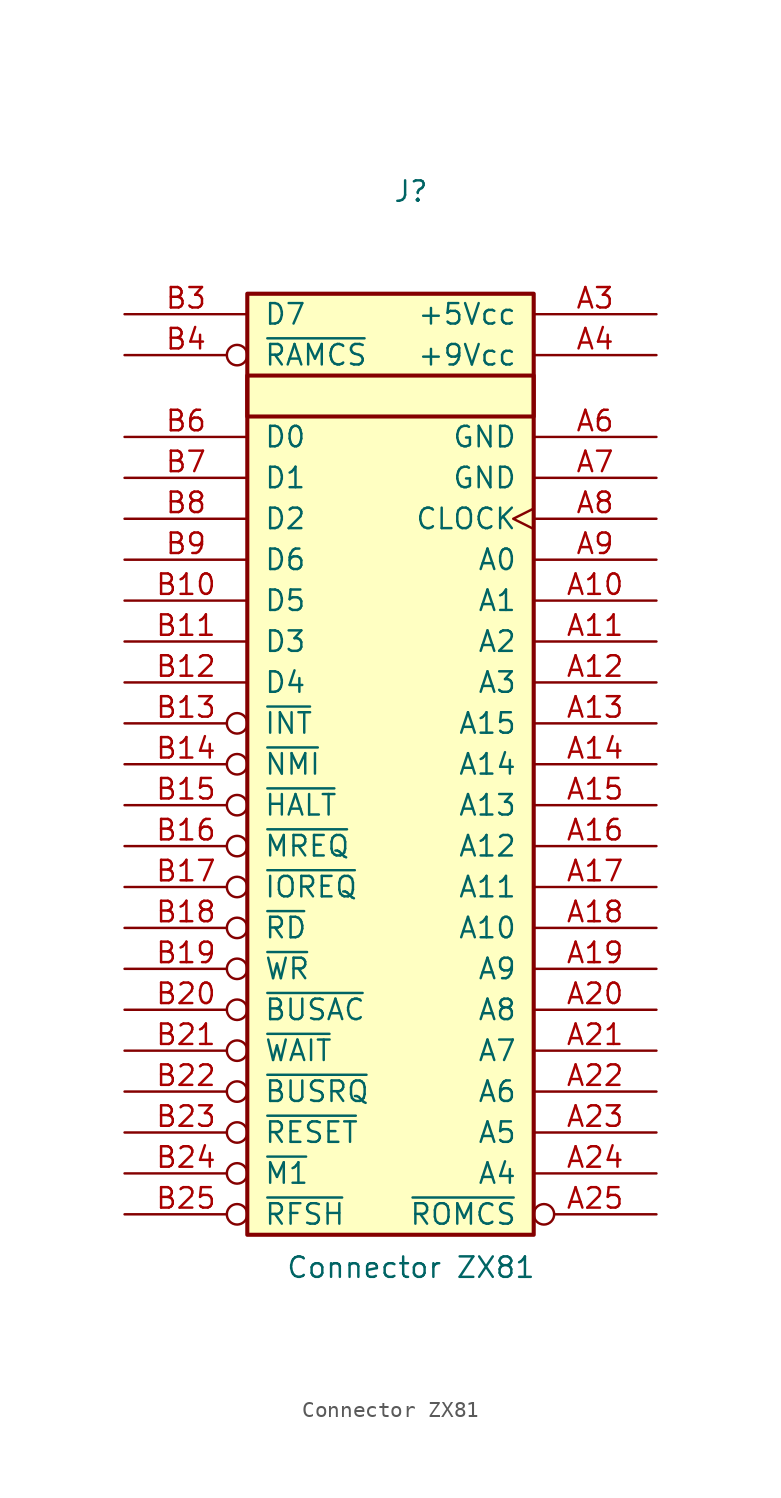
<source format=kicad_sym>
(kicad_symbol_lib
  (version 20231120)
  (generator "kicad_symbol_editor")
  (generator_version "8.0")
  (symbol "Connector ZX81"
    (pin_names
      (offset 1.016))
    (property "Reference" "J"
      (at 1.27 36.83 0)
      (effects (font (size 1.27 1.27))))
    (property "Value" "Connector ZX81"
      (at 1.27 -29.972 0)
      (effects (font (size 1.27 1.27))))
    (symbol "Connector ZX81_1_1"
      (rectangle (start -8.89 25.4) (end 8.89 22.86) (stroke (width 0.254) (type default)) (fill (type none)))
      (rectangle (start -8.89 30.48) (end 8.89 -27.94) (stroke (width 0.254) (type default)) (fill (type background)))
      (pin bidirectional line (at 16.51 11.43 180) (length 7.62) (name "A1" (effects (font (size 1.27 1.27)))) (number "A10" (effects (font (size 1.27 1.27)))))
      (pin bidirectional line (at 16.51 8.89 180) (length 7.62) (name "A2" (effects (font (size 1.27 1.27)))) (number "A11" (effects (font (size 1.27 1.27)))))
      (pin bidirectional line (at 16.51 6.35 180) (length 7.62) (name "A3" (effects (font (size 1.27 1.27)))) (number "A12" (effects (font (size 1.27 1.27)))))
      (pin bidirectional line (at 16.51 3.81 180) (length 7.62) (name "A15" (effects (font (size 1.27 1.27)))) (number "A13" (effects (font (size 1.27 1.27)))))
      (pin bidirectional line (at 16.51 1.27 180) (length 7.62) (name "A14" (effects (font (size 1.27 1.27)))) (number "A14" (effects (font (size 1.27 1.27)))))
      (pin bidirectional line (at 16.51 -1.27 180) (length 7.62) (name "A13" (effects (font (size 1.27 1.27)))) (number "A15" (effects (font (size 1.27 1.27)))))
      (pin bidirectional line (at 16.51 -3.81 180) (length 7.62) (name "A12" (effects (font (size 1.27 1.27)))) (number "A16" (effects (font (size 1.27 1.27)))))
      (pin bidirectional line (at 16.51 -6.35 180) (length 7.62) (name "A11" (effects (font (size 1.27 1.27)))) (number "A17" (effects (font (size 1.27 1.27)))))
      (pin bidirectional line (at 16.51 -8.89 180) (length 7.62) (name "A10" (effects (font (size 1.27 1.27)))) (number "A18" (effects (font (size 1.27 1.27)))))
      (pin bidirectional line (at 16.51 -11.43 180) (length 7.62) (name "A9" (effects (font (size 1.27 1.27)))) (number "A19" (effects (font (size 1.27 1.27)))))
      (pin bidirectional line (at 16.51 -13.97 180) (length 7.62) (name "A8" (effects (font (size 1.27 1.27)))) (number "A20" (effects (font (size 1.27 1.27)))))
      (pin bidirectional line (at 16.51 -16.51 180) (length 7.62) (name "A7" (effects (font (size 1.27 1.27)))) (number "A21" (effects (font (size 1.27 1.27)))))
      (pin bidirectional line (at 16.51 -19.05 180) (length 7.62) (name "A6" (effects (font (size 1.27 1.27)))) (number "A22" (effects (font (size 1.27 1.27)))))
      (pin bidirectional line (at 16.51 -21.59 180) (length 7.62) (name "A5" (effects (font (size 1.27 1.27)))) (number "A23" (effects (font (size 1.27 1.27)))))
      (pin bidirectional line (at 16.51 -24.13 180) (length 7.62) (name "A4" (effects (font (size 1.27 1.27)))) (number "A24" (effects (font (size 1.27 1.27)))))
      (pin bidirectional inverted (at 16.51 -26.67 180) (length 7.62) (name "~{ROMCS}" (effects (font (size 1.27 1.27)))) (number "A25" (effects (font (size 1.27 1.27)))))
      (pin bidirectional line (at 16.51 29.21 180) (length 7.62) (name "+5Vcc" (effects (font (size 1.27 1.27)))) (number "A3" (effects (font (size 1.27 1.27)))))
      (pin bidirectional line (at 16.51 26.67 180) (length 7.62) (name "+9Vcc" (effects (font (size 1.27 1.27)))) (number "A4" (effects (font (size 1.27 1.27)))))
      (pin bidirectional line (at 16.51 21.59 180) (length 7.62) (name "GND" (effects (font (size 1.27 1.27)))) (number "A6" (effects (font (size 1.27 1.27)))))
      (pin bidirectional line (at 16.51 19.05 180) (length 7.62) (name "GND" (effects (font (size 1.27 1.27)))) (number "A7" (effects (font (size 1.27 1.27)))))
      (pin bidirectional clock (at 16.51 16.51 180) (length 7.62) (name "CLOCK" (effects (font (size 1.27 1.27)))) (number "A8" (effects (font (size 1.27 1.27)))))
      (pin bidirectional line (at 16.51 13.97 180) (length 7.62) (name "A0" (effects (font (size 1.27 1.27)))) (number "A9" (effects (font (size 1.27 1.27)))))
      (pin bidirectional line (at -16.51 11.43 0) (length 7.62) (name "D5" (effects (font (size 1.27 1.27)))) (number "B10" (effects (font (size 1.27 1.27)))))
      (pin bidirectional line (at -16.51 8.89 0) (length 7.62) (name "D3" (effects (font (size 1.27 1.27)))) (number "B11" (effects (font (size 1.27 1.27)))))
      (pin bidirectional line (at -16.51 6.35 0) (length 7.62) (name "D4" (effects (font (size 1.27 1.27)))) (number "B12" (effects (font (size 1.27 1.27)))))
      (pin bidirectional inverted (at -16.51 3.81 0) (length 7.62) (name "~{INT}" (effects (font (size 1.27 1.27)))) (number "B13" (effects (font (size 1.27 1.27)))))
      (pin bidirectional inverted (at -16.51 1.27 0) (length 7.62) (name "~{NMI}" (effects (font (size 1.27 1.27)))) (number "B14" (effects (font (size 1.27 1.27)))))
      (pin bidirectional inverted (at -16.51 -1.27 0) (length 7.62) (name "~{HALT}" (effects (font (size 1.27 1.27)))) (number "B15" (effects (font (size 1.27 1.27)))))
      (pin bidirectional inverted (at -16.51 -3.81 0) (length 7.62) (name "~{MREQ}" (effects (font (size 1.27 1.27)))) (number "B16" (effects (font (size 1.27 1.27)))))
      (pin bidirectional inverted (at -16.51 -6.35 0) (length 7.62) (name "~{IOREQ}" (effects (font (size 1.27 1.27)))) (number "B17" (effects (font (size 1.27 1.27)))))
      (pin bidirectional inverted (at -16.51 -8.89 0) (length 7.62) (name "~{RD}" (effects (font (size 1.27 1.27)))) (number "B18" (effects (font (size 1.27 1.27)))))
      (pin bidirectional inverted (at -16.51 -11.43 0) (length 7.62) (name "~{WR}" (effects (font (size 1.27 1.27)))) (number "B19" (effects (font (size 1.27 1.27)))))
      (pin bidirectional inverted (at -16.51 -13.97 0) (length 7.62) (name "~{BUSAC}" (effects (font (size 1.27 1.27)))) (number "B20" (effects (font (size 1.27 1.27)))))
      (pin bidirectional inverted (at -16.51 -16.51 0) (length 7.62) (name "~{WAIT}" (effects (font (size 1.27 1.27)))) (number "B21" (effects (font (size 1.27 1.27)))))
      (pin bidirectional inverted (at -16.51 -19.05 0) (length 7.62) (name "~{BUSRQ}" (effects (font (size 1.27 1.27)))) (number "B22" (effects (font (size 1.27 1.27)))))
      (pin bidirectional inverted (at -16.51 -21.59 0) (length 7.62) (name "~{RESET}" (effects (font (size 1.27 1.27)))) (number "B23" (effects (font (size 1.27 1.27)))))
      (pin bidirectional inverted (at -16.51 -24.13 0) (length 7.62) (name "~{M1}" (effects (font (size 1.27 1.27)))) (number "B24" (effects (font (size 1.27 1.27)))))
      (pin bidirectional inverted (at -16.51 -26.67 0) (length 7.62) (name "~{RFSH}" (effects (font (size 1.27 1.27)))) (number "B25" (effects (font (size 1.27 1.27)))))
      (pin bidirectional line (at -16.51 29.21 0) (length 7.62) (name "D7" (effects (font (size 1.27 1.27)))) (number "B3" (effects (font (size 1.27 1.27)))))
      (pin bidirectional inverted (at -16.51 26.67 0) (length 7.62) (name "~{RAMCS}" (effects (font (size 1.27 1.27)))) (number "B4" (effects (font (size 1.27 1.27)))))
      (pin bidirectional line (at -16.51 21.59 0) (length 7.62) (name "D0" (effects (font (size 1.27 1.27)))) (number "B6" (effects (font (size 1.27 1.27)))))
      (pin bidirectional line (at -16.51 19.05 0) (length 7.62) (name "D1" (effects (font (size 1.27 1.27)))) (number "B7" (effects (font (size 1.27 1.27)))))
      (pin bidirectional line (at -16.51 16.51 0) (length 7.62) (name "D2" (effects (font (size 1.27 1.27)))) (number "B8" (effects (font (size 1.27 1.27)))))
      (pin bidirectional line (at -16.51 13.97 0) (length 7.62) (name "D6" (effects (font (size 1.27 1.27)))) (number "B9" (effects (font (size 1.27 1.27))))))))
</source>
